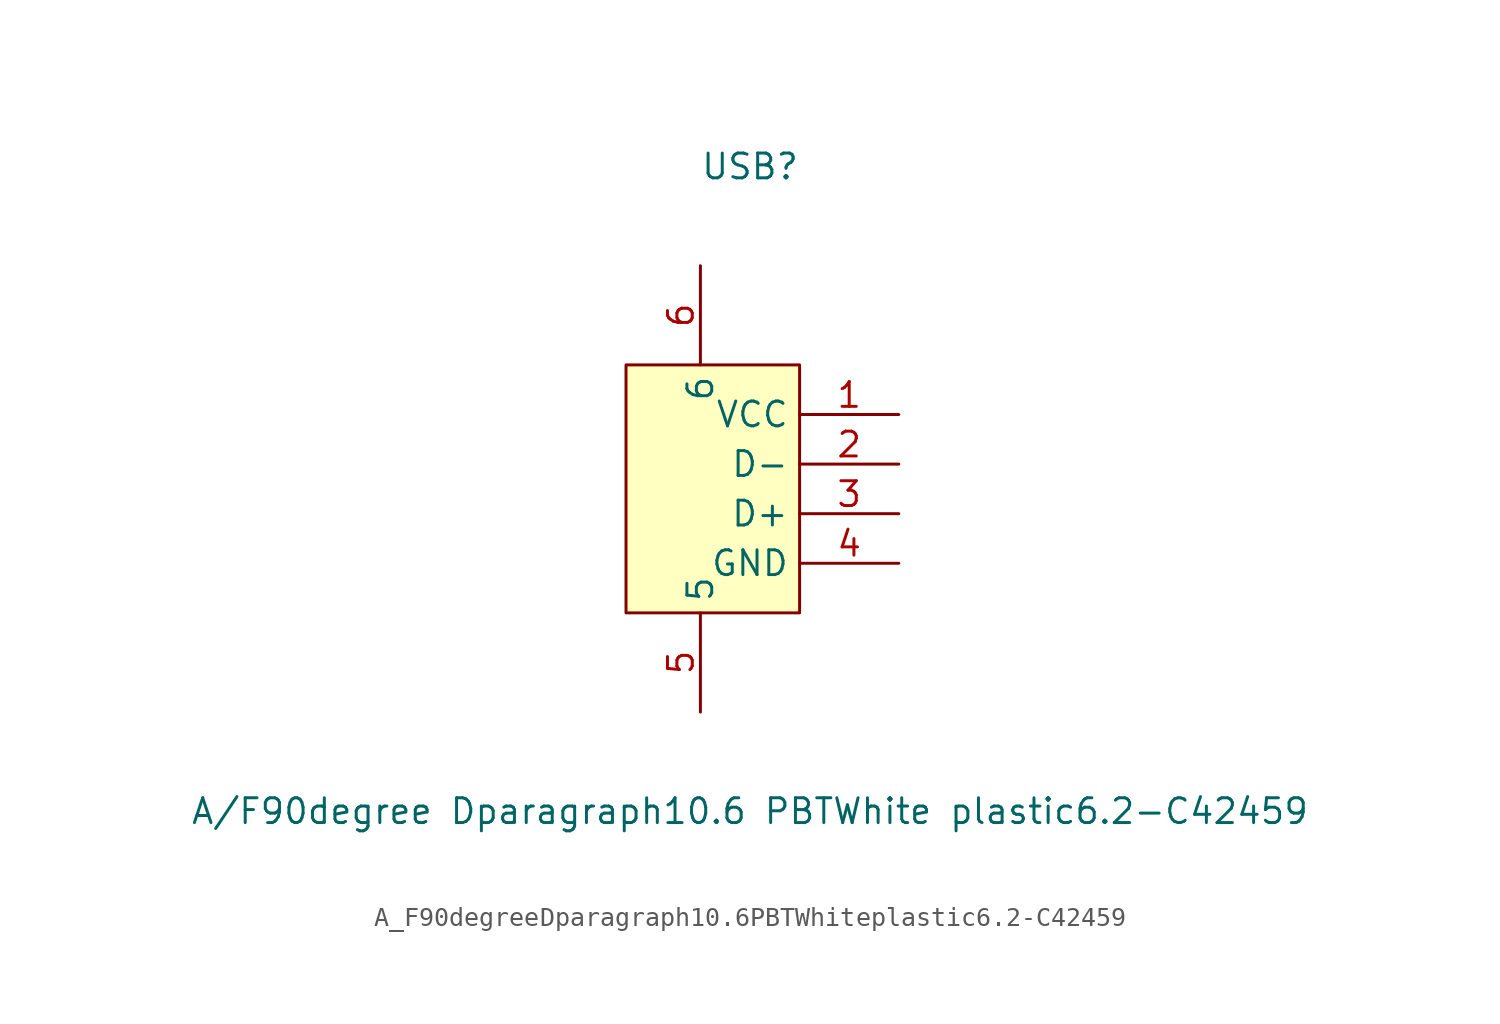
<source format=kicad_sym>
(kicad_symbol_lib
  (version 20211014)
  (generator https://github.com/uPesy/easyeda2kicad.py)
  (symbol "A_F90degreeDparagraph10.6PBTWhiteplastic6.2-C42459"
    (property "Reference" "USB"
      (at 0 16.51 0)
      (effects (font (size 1.27 1.27))))
    (property "Value" "A/F90degree Dparagraph10.6 PBTWhite plastic6.2-C42459"
      (at 0 -16.51 0)
      (effects (font (size 1.27 1.27))))
    (symbol "A_F90degreeDparagraph10.6PBTWhiteplastic6.2-C42459_0_1"
      (rectangle (start -6.35 6.35) (end 2.54 -6.35) (stroke (width 0) (type default) (color 0 0 0 0)) (fill (type background)))
      (pin input line (at 7.62 3.81 180) (length 5.08) (name "VCC" (effects (font (size 1.27 1.27)))) (number "1" (effects (font (size 1.27 1.27)))))
      (pin input line (at 7.62 1.27 180) (length 5.08) (name "D-" (effects (font (size 1.27 1.27)))) (number "2" (effects (font (size 1.27 1.27)))))
      (pin input line (at 7.62 -1.27 180) (length 5.08) (name "D+" (effects (font (size 1.27 1.27)))) (number "3" (effects (font (size 1.27 1.27)))))
      (pin input line (at 7.62 -3.81 180) (length 5.08) (name "GND" (effects (font (size 1.27 1.27)))) (number "4" (effects (font (size 1.27 1.27)))))
      (pin unspecified line (at -2.54 -11.43 90) (length 5.08) (name "5" (effects (font (size 1.27 1.27)))) (number "5" (effects (font (size 1.27 1.27)))))
      (pin unspecified line (at -2.54 11.43 270) (length 5.08) (name "6" (effects (font (size 1.27 1.27)))) (number "6" (effects (font (size 1.27 1.27))))))))
</source>
